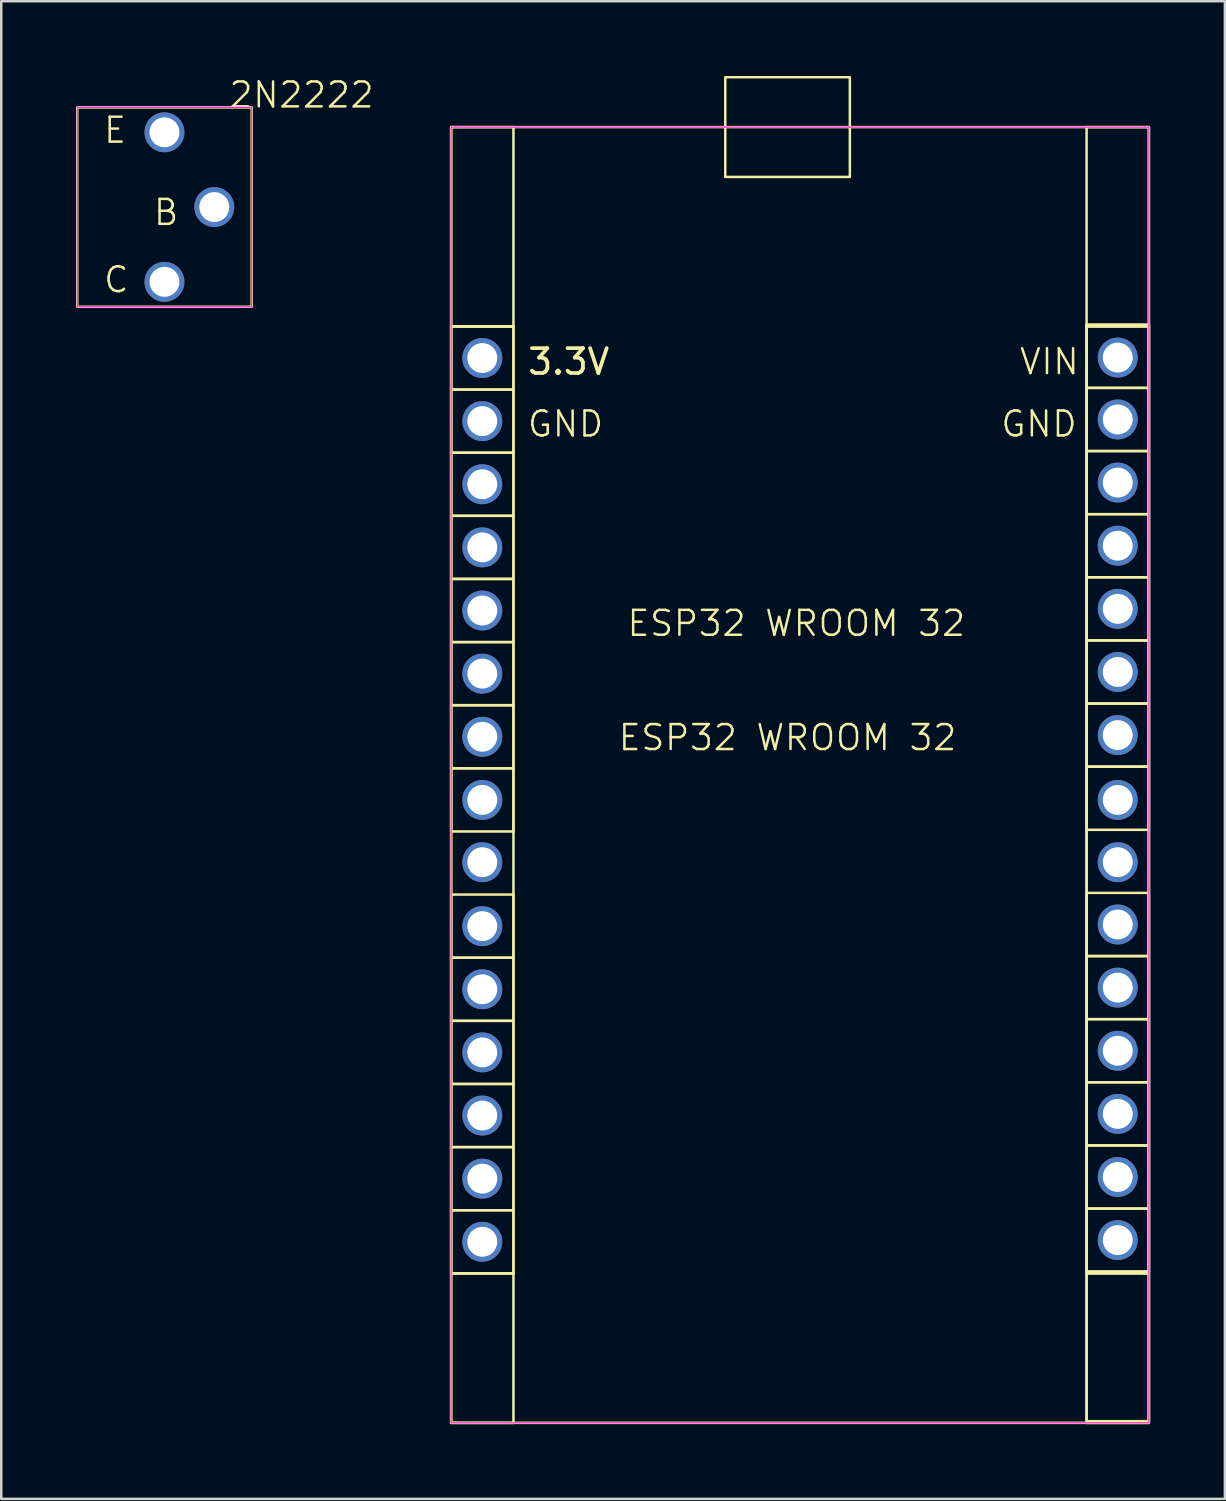
<source format=kicad_pcb>
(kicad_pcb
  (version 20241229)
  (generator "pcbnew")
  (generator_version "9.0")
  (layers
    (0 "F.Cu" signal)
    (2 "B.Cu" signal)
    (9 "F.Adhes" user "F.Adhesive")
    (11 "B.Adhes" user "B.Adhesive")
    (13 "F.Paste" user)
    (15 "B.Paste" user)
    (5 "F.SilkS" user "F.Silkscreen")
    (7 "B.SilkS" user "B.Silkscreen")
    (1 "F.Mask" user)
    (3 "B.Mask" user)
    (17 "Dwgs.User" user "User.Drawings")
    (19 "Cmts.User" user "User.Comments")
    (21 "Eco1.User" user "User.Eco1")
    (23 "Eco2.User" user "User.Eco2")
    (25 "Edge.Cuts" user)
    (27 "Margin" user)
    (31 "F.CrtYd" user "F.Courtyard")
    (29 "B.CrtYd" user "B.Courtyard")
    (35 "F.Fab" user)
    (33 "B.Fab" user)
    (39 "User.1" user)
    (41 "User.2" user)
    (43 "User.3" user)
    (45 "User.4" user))
  (footprint "ESP32 WROOM 32"
    (layer "F.Cu")
    (at 28.555 27.05)
    (property "Reference" "ESP32 WROOM 32" (at 0 -0.5 0) (unlocked yes) (layer "F.SilkS") (effects (font (size 1 1) (thickness 0.1))))
    (attr through_hole)
    (fp_rect (start -13.5 -25) (end -11 -17) (stroke (width 0.1) (type default)) (fill no) (layer "F.SilkS"))
    (fp_rect (start -13.5 -25) (end 14.5 27) (stroke (width 0.1) (type default)) (fill no) (layer "F.SilkS"))
    (fp_rect (start -13.5 -17) (end -11 -14.467) (stroke (width 0.1) (type solid)) (fill no) (layer "F.SilkS"))
    (fp_rect (start -13.5 -17) (end -11 21) (stroke (width 0.1) (type default)) (fill no) (layer "F.SilkS"))
    (fp_rect (start -13.5 -14.467) (end -11 -11.933) (stroke (width 0.1) (type solid)) (fill no) (layer "F.SilkS"))
    (fp_rect (start -13.5 -11.933) (end -11 -9.4) (stroke (width 0.1) (type solid)) (fill no) (layer "F.SilkS"))
    (fp_rect (start -13.5 -9.4) (end -11 -6.867) (stroke (width 0.1) (type solid)) (fill no) (layer "F.SilkS"))
    (fp_rect (start -13.5 -6.867) (end -11 -4.333) (stroke (width 0.1) (type solid)) (fill no) (layer "F.SilkS"))
    (fp_rect (start -13.5 -4.333) (end -11 -1.8) (stroke (width 0.1) (type solid)) (fill no) (layer "F.SilkS"))
    (fp_rect (start -13.5 -1.8) (end -11 0.733) (stroke (width 0.1) (type solid)) (fill no) (layer "F.SilkS"))
    (fp_rect (start -13.5 0.733) (end -11 3.267) (stroke (width 0.1) (type solid)) (fill no) (layer "F.SilkS"))
    (fp_rect (start -13.5 5.8) (end -11 8.333) (stroke (width 0.1) (type solid)) (fill no) (layer "F.SilkS"))
    (fp_rect (start -13.5 8.333) (end -11 10.867) (stroke (width 0.1) (type solid)) (fill no) (layer "F.SilkS"))
    (fp_rect (start -13.5 10.867) (end -11 13.4) (stroke (width 0.1) (type solid)) (fill no) (layer "F.SilkS"))
    (fp_rect (start -13.5 13.4) (end -11 15.933) (stroke (width 0.1) (type solid)) (fill no) (layer "F.SilkS"))
    (fp_rect (start -13.5 15.933) (end -11 18.467) (stroke (width 0.1) (type solid)) (fill no) (layer "F.SilkS"))
    (fp_rect (start -13.5 18.467) (end -11 21) (stroke (width 0.1) (type solid)) (fill no) (layer "F.SilkS"))
    (fp_rect (start -13.5 21) (end -11 27) (stroke (width 0.1) (type default)) (fill no) (layer "F.SilkS"))
    (fp_rect (start -2.5 -27) (end 2.5 -23) (stroke (width 0.1) (type default)) (fill no) (layer "F.SilkS"))
    (fp_rect (start 12 -25) (end 14.5 -17) (stroke (width 0.1) (type default)) (fill no) (layer "F.SilkS"))
    (fp_rect (start 12 -17.067) (end 14.5 -14.533) (stroke (width 0.1) (type solid)) (fill no) (layer "F.SilkS"))
    (fp_rect (start 12 -17.067) (end 14.5 20.933) (stroke (width 0.1) (type default)) (fill no) (layer "F.SilkS"))
    (fp_rect (start 12 -17) (end 14.5 21) (stroke (width 0.1) (type default)) (fill no) (layer "F.SilkS"))
    (fp_rect (start 12 -14.533) (end 14.5 -12) (stroke (width 0.1) (type solid)) (fill no) (layer "F.SilkS"))
    (fp_rect (start 12 -12) (end 14.5 -9.467) (stroke (width 0.1) (type solid)) (fill no) (layer "F.SilkS"))
    (fp_rect (start 12 -9.467) (end 14.5 -6.933) (stroke (width 0.1) (type solid)) (fill no) (layer "F.SilkS"))
    (fp_rect (start 12 -6.933) (end 14.5 -4.4) (stroke (width 0.1) (type solid)) (fill no) (layer "F.SilkS"))
    (fp_rect (start 12 -4.4) (end 14.5 -1.867) (stroke (width 0.1) (type solid)) (fill no) (layer "F.SilkS"))
    (fp_rect (start 12 -1.867) (end 14.5 0.667) (stroke (width 0.1) (type solid)) (fill no) (layer "F.SilkS"))
    (fp_rect (start 12 0.667) (end 14.5 3.2) (stroke (width 0.1) (type solid)) (fill no) (layer "F.SilkS"))
    (fp_rect (start 12 5.733) (end 14.5 8.267) (stroke (width 0.1) (type solid)) (fill no) (layer "F.SilkS"))
    (fp_rect (start 12 8.267) (end 14.5 10.8) (stroke (width 0.1) (type solid)) (fill no) (layer "F.SilkS"))
    (fp_rect (start 12 10.8) (end 14.5 13.333) (stroke (width 0.1) (type solid)) (fill no) (layer "F.SilkS"))
    (fp_rect (start 12 13.333) (end 14.5 15.867) (stroke (width 0.1) (type solid)) (fill no) (layer "F.SilkS"))
    (fp_rect (start 12 15.867) (end 14.5 18.4) (stroke (width 0.1) (type solid)) (fill no) (layer "F.SilkS"))
    (fp_rect (start 12 18.4) (end 14.5 20.933) (stroke (width 0.1) (type solid)) (fill no) (layer "F.SilkS"))
    (fp_rect (start 12 20.933) (end 14.5 26.933) (stroke (width 0.1) (type default)) (fill no) (layer "F.SilkS"))
    (fp_rect (start 12 21) (end 14.5 27) (stroke (width 0.1) (type default)) (fill no) (layer "F.SilkS"))
    (fp_rect (start -13.5 -25) (end 14.5 27) (stroke (width 0.05) (type default)) (fill no) (layer "F.CrtYd"))
    (fp_text user "3.3V" (at -10.5 -15 0) (unlocked yes) (layer "F.SilkS") (effects (font (size 1 1) (thickness 0.15)) (justify left bottom)))
    (fp_text user "ESP32 WROOM 32" (at -6.5 -4.5 0) (unlocked yes) (layer "F.SilkS") (effects (font (size 1 1) (thickness 0.1)) (justify left bottom)))
    (fp_text user "GND" (at 8.5 -12.5 0) (unlocked yes) (layer "F.SilkS") (effects (font (size 1 1) (thickness 0.1)) (justify left bottom)))
    (fp_text user "VIN" (at 9.25 -15 0) (unlocked yes) (layer "F.SilkS") (effects (font (size 1 1) (thickness 0.1)) (justify left bottom)))
    (fp_text user "GND" (at -10.5 -12.5 0) (unlocked yes) (layer "F.SilkS") (effects (font (size 1 1) (thickness 0.1)) (justify left bottom)))
    (pad "1" thru_hole circle (at 13.25 -15.75) (size 1.6 1.6) (drill 1.2) (layers "*.Cu" "*.Mask"))
    (pad "2" thru_hole circle (at 13.25 -13.267) (size 1.6 1.6) (drill 1.2) (layers "*.Cu" "*.Mask"))
    (pad "3" thru_hole circle (at 13.25 -10.733) (size 1.6 1.6) (drill 1.2) (layers "*.Cu" "*.Mask"))
    (pad "4" thru_hole circle (at 13.25 -8.2) (size 1.6 1.6) (drill 1.2) (layers "*.Cu" "*.Mask"))
    (pad "5" thru_hole circle (at 13.25 -5.667) (size 1.6 1.6) (drill 1.2) (layers "*.Cu" "*.Mask"))
    (pad "6" thru_hole circle (at 13.25 -3.133) (size 1.6 1.6) (drill 1.2) (layers "*.Cu" "*.Mask"))
    (pad "7" thru_hole circle (at 13.25 -0.6) (size 1.6 1.6) (drill 1.2) (layers "*.Cu" "*.Mask"))
    (pad "8" thru_hole circle (at 13.25 2) (size 1.6 1.6) (drill 1.2) (layers "*.Cu" "*.Mask"))
    (pad "9" thru_hole circle (at 13.25 4.5) (size 1.6 1.6) (drill 1.2) (layers "*.Cu" "*.Mask"))
    (pad "10" thru_hole circle (at 13.25 7) (size 1.6 1.6) (drill 1.2) (layers "*.Cu" "*.Mask"))
    (pad "11" thru_hole circle (at 13.25 9.533) (size 1.6 1.6) (drill 1.2) (layers "*.Cu" "*.Mask"))
    (pad "12" thru_hole circle (at 13.25 12.067) (size 1.6 1.6) (drill 1.2) (layers "*.Cu" "*.Mask"))
    (pad "13" thru_hole circle (at 13.25 14.6) (size 1.6 1.6) (drill 1.2) (layers "*.Cu" "*.Mask"))
    (pad "14" thru_hole circle (at 13.25 17.133) (size 1.6 1.6) (drill 1.2) (layers "*.Cu" "*.Mask"))
    (pad "15" thru_hole circle (at 13.25 19.667) (size 1.6 1.6) (drill 1.2) (layers "*.Cu" "*.Mask"))
    (pad "16" thru_hole circle (at -12.25 -15.733) (size 1.6 1.6) (drill 1.2) (layers "*.Cu" "*.Mask"))
    (pad "17" thru_hole circle (at -12.25 -13.2) (size 1.6 1.6) (drill 1.2) (layers "*.Cu" "*.Mask"))
    (pad "18" thru_hole circle (at -12.25 -10.667) (size 1.6 1.6) (drill 1.2) (layers "*.Cu" "*.Mask"))
    (pad "19" thru_hole circle (at -12.25 -8.133) (size 1.6 1.6) (drill 1.2) (layers "*.Cu" "*.Mask"))
    (pad "20" thru_hole circle (at -12.25 -5.6) (size 1.6 1.6) (drill 1.2) (layers "*.Cu" "*.Mask"))
    (pad "21" thru_hole circle (at -12.25 -3.067) (size 1.6 1.6) (drill 1.2) (layers "*.Cu" "*.Mask"))
    (pad "22" thru_hole circle (at -12.25 -0.533) (size 1.6 1.6) (drill 1.2) (layers "*.Cu" "*.Mask"))
    (pad "23" thru_hole circle (at -12.25 2) (size 1.6 1.6) (drill 1.2) (layers "*.Cu" "*.Mask"))
    (pad "24" thru_hole circle (at -12.25 4.5) (size 1.6 1.6) (drill 1.2) (layers "*.Cu" "*.Mask"))
    (pad "25" thru_hole circle (at -12.25 7.067) (size 1.6 1.6) (drill 1.2) (layers "*.Cu" "*.Mask"))
    (pad "26" thru_hole circle (at -12.25 9.6) (size 1.6 1.6) (drill 1.2) (layers "*.Cu" "*.Mask"))
    (pad "27" thru_hole circle (at -12.25 12.133) (size 1.6 1.6) (drill 1.2) (layers "*.Cu" "*.Mask"))
    (pad "28" thru_hole circle (at -12.25 14.667) (size 1.6 1.6) (drill 1.2) (layers "*.Cu" "*.Mask"))
    (pad "29" thru_hole circle (at -12.25 17.2) (size 1.6 1.6) (drill 1.2) (layers "*.Cu" "*.Mask"))
    (pad "30" thru_hole circle (at -12.25 19.733) (size 1.6 1.6) (drill 1.2) (layers "*.Cu" "*.Mask")))
  (footprint "2N2222"
    (layer "F.Cu")
    (at 9.05 1.26)
    (property "Reference" "2N2222" (at 0 -0.5 0) (unlocked yes) (layer "F.SilkS") (effects (font (size 1 1) (thickness 0.1))))
    (attr through_hole)
    (fp_rect (start -9 0) (end -2 8) (stroke (width 0.1) (type default)) (fill no) (layer "F.SilkS"))
    (fp_rect (start -9 0) (end -2 8) (stroke (width 0.05) (type default)) (fill no) (layer "F.CrtYd"))
    (fp_text user "E" (at -8 1.5 0) (unlocked yes) (layer "F.SilkS") (effects (font (size 1 1) (thickness 0.1)) (justify left bottom)))
    (fp_text user "B" (at -6 4.8 0) (unlocked yes) (layer "F.SilkS") (effects (font (size 1 1) (thickness 0.1)) (justify left bottom)))
    (fp_text user "C" (at -8 7.5 0) (unlocked yes) (layer "F.SilkS") (effects (font (size 1 1) (thickness 0.1)) (justify left bottom)))
    (pad "1" thru_hole circle (at -3.5 4) (size 1.6 1.6) (drill 1.2) (layers "*.Cu" "*.Mask"))
    (pad "2" thru_hole circle (at -5.5 1) (size 1.6 1.6) (drill 1.2) (layers "*.Cu" "*.Mask"))
    (pad "3" thru_hole circle (at -5.5 7) (size 1.6 1.6) (drill 1.2) (layers "*.Cu" "*.Mask")))
  (gr_rect
    (start -3 -3)
    (end 46.105 57.1)
    (stroke (width 0.1) (type default))
    (fill no)
    (layer "Edge.Cuts")))
</source>
